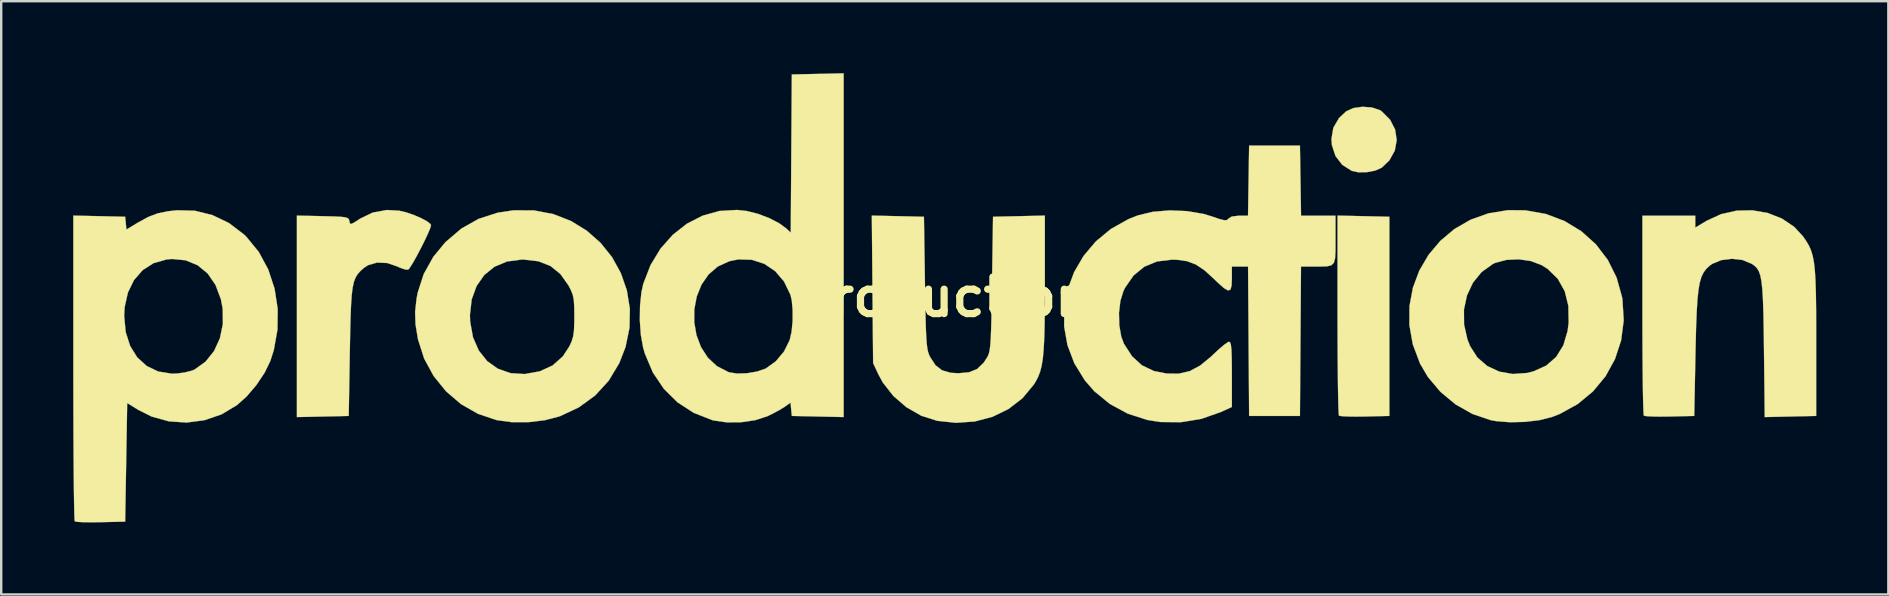
<source format=kicad_pcb>
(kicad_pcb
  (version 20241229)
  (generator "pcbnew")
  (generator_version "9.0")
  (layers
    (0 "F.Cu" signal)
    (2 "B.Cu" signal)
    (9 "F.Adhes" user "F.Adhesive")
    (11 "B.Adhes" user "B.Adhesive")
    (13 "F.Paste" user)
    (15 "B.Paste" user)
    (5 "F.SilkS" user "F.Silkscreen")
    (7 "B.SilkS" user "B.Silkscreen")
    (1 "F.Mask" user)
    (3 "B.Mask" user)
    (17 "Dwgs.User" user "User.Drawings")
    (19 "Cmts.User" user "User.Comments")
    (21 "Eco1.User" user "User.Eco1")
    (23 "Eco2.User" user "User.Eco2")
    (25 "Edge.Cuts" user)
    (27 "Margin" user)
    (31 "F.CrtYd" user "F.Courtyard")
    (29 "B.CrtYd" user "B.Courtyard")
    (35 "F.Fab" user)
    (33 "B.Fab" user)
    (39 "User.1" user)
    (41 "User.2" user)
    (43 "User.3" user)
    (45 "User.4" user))
  (footprint "production"
    (layer "F.Cu")
    (at 36.242 9.323)
    (property "Reference" "production" (at 0 0 0) (layer "F.SilkS") (effects (font (size 1.524 1.524) (thickness 0.3))))
    (attr through_hole)
    (fp_poly (pts (xy 17.505 -3.368) (xy 18.584 -3.344) (xy 18.584 4.953) (xy 17.564 4.977) (xy 17.164 4.981) (xy 16.827 4.976) (xy 16.589 4.962) (xy 16.484 4.942) (xy 16.484 4.941) (xy 16.473 4.847) (xy 16.462 4.601) (xy 16.452 4.218) (xy 16.443 3.715) (xy 16.436 3.109) (xy 16.43 2.416) (xy 16.427 1.653) (xy 16.425 0.837) (xy 16.425 0.745) (xy 16.425 -3.392) (xy 17.505 -3.368)) (stroke (width 0.01) (type solid)) (fill yes) (layer "F.SilkS"))
    (fp_poly (pts (xy 17.851 -7.897) (xy 18.18 -7.79) (xy 18.261 -7.739) (xy 18.615 -7.385) (xy 18.825 -6.974) (xy 18.89 -6.536) (xy 18.811 -6.1) (xy 18.587 -5.696) (xy 18.273 -5.393) (xy 18.004 -5.27) (xy 17.65 -5.201) (xy 17.29 -5.196) (xy 17.018 -5.255) (xy 16.62 -5.509) (xy 16.34 -5.873) (xy 16.191 -6.327) (xy 16.171 -6.587) (xy 16.251 -7.052) (xy 16.489 -7.459) (xy 16.791 -7.739) (xy 17.088 -7.872) (xy 17.464 -7.925) (xy 17.851 -7.897)) (stroke (width 0.01) (type solid)) (fill yes) (layer "F.SilkS"))
    (fp_poly (pts (xy -22.671 -3.598) (xy -22.379 -3.529) (xy -22.061 -3.421) (xy -21.758 -3.291) (xy -21.511 -3.159) (xy -21.361 -3.044) (xy -21.336 -2.993) (xy -21.374 -2.859) (xy -21.474 -2.622) (xy -21.616 -2.32) (xy -21.783 -1.989) (xy -21.954 -1.668) (xy -22.109 -1.394) (xy -22.23 -1.205) (xy -22.292 -1.138) (xy -22.426 -1.15) (xy -22.639 -1.225) (xy -22.731 -1.269) (xy -23.158 -1.416) (xy -23.582 -1.435) (xy -23.959 -1.328) (xy -24.127 -1.218) (xy -24.269 -1.092) (xy -24.384 -0.966) (xy -24.476 -0.821) (xy -24.547 -0.639) (xy -24.601 -0.399) (xy -24.64 -0.085) (xy -24.668 0.324) (xy -24.689 0.847) (xy -24.705 1.501) (xy -24.72 2.286) (xy -24.765 4.953) (xy -26.924 5) (xy -26.924 -3.392) (xy -25.845 -3.368) (xy -25.4 -3.357) (xy -25.097 -3.343) (xy -24.907 -3.32) (xy -24.803 -3.285) (xy -24.755 -3.231) (xy -24.739 -3.163) (xy -24.717 -3.067) (xy -24.663 -3.044) (xy -24.542 -3.101) (xy -24.319 -3.246) (xy -24.299 -3.26) (xy -23.769 -3.517) (xy -23.18 -3.625) (xy -22.671 -3.598)) (stroke (width 0.01) (type solid)) (fill yes) (layer "F.SilkS"))
    (fp_poly (pts (xy -1.89 -3.368) (xy -0.804 -3.344) (xy -0.762 -0.593) (xy -0.75 0.17) (xy -0.738 0.782) (xy -0.725 1.264) (xy -0.709 1.634) (xy -0.69 1.912) (xy -0.666 2.118) (xy -0.636 2.27) (xy -0.598 2.388) (xy -0.551 2.491) (xy -0.55 2.492) (xy -0.325 2.839) (xy -0.049 3.053) (xy 0.314 3.157) (xy 0.635 3.175) (xy 1.079 3.134) (xy 1.414 2.997) (xy 1.682 2.74) (xy 1.82 2.531) (xy 1.867 2.443) (xy 1.905 2.339) (xy 1.935 2.201) (xy 1.959 2.011) (xy 1.978 1.749) (xy 1.993 1.396) (xy 2.006 0.934) (xy 2.018 0.344) (xy 2.03 -0.393) (xy 2.032 -0.55) (xy 2.074 -3.344) (xy 3.154 -3.368) (xy 4.233 -3.392) (xy 4.233 -0.528) (xy 4.231 0.35) (xy 4.224 1.078) (xy 4.21 1.674) (xy 4.185 2.156) (xy 4.15 2.544) (xy 4.101 2.856) (xy 4.036 3.11) (xy 3.953 3.326) (xy 3.851 3.521) (xy 3.768 3.654) (xy 3.299 4.216) (xy 2.72 4.664) (xy 2.052 4.989) (xy 1.315 5.184) (xy 0.53 5.24) (xy -0.254 5.156) (xy -0.913 4.946) (xy -1.533 4.592) (xy -2.078 4.122) (xy -2.516 3.562) (xy -2.694 3.236) (xy -2.921 2.752) (xy -2.948 -0.32) (xy -2.975 -3.392) (xy -1.89 -3.368)) (stroke (width 0.01) (type solid)) (fill yes) (layer "F.SilkS"))
    (fp_poly (pts (xy 34.344 -3.501) (xy 34.934 -3.27) (xy 35.447 -2.925) (xy 35.813 -2.528) (xy 35.947 -2.335) (xy 36.058 -2.148) (xy 36.147 -1.949) (xy 36.217 -1.72) (xy 36.271 -1.443) (xy 36.309 -1.1) (xy 36.335 -0.672) (xy 36.352 -0.14) (xy 36.361 0.513) (xy 36.364 1.306) (xy 36.364 1.863) (xy 36.364 4.953) (xy 35.293 4.977) (xy 34.221 5) (xy 34.189 2.183) (xy 34.178 1.348) (xy 34.165 0.665) (xy 34.147 0.117) (xy 34.121 -0.313) (xy 34.086 -0.643) (xy 34.039 -0.889) (xy 33.977 -1.07) (xy 33.897 -1.201) (xy 33.799 -1.3) (xy 33.683 -1.382) (xy 33.297 -1.542) (xy 32.854 -1.593) (xy 32.413 -1.538) (xy 32.03 -1.38) (xy 31.921 -1.301) (xy 31.785 -1.172) (xy 31.674 -1.024) (xy 31.584 -0.84) (xy 31.514 -0.6) (xy 31.459 -0.288) (xy 31.417 0.116) (xy 31.386 0.628) (xy 31.361 1.267) (xy 31.342 2.051) (xy 31.335 2.371) (xy 31.284 4.953) (xy 30.264 4.977) (xy 29.864 4.981) (xy 29.527 4.976) (xy 29.289 4.962) (xy 29.184 4.942) (xy 29.184 4.941) (xy 29.173 4.847) (xy 29.162 4.601) (xy 29.152 4.218) (xy 29.143 3.715) (xy 29.136 3.109) (xy 29.13 2.417) (xy 29.127 1.654) (xy 29.125 0.837) (xy 29.125 0.748) (xy 29.125 -3.387) (xy 31.327 -3.387) (xy 31.327 -2.891) (xy 31.802 -3.177) (xy 32.406 -3.454) (xy 33.051 -3.598) (xy 33.707 -3.612) (xy 34.344 -3.501)) (stroke (width 0.01) (type solid)) (fill yes) (layer "F.SilkS"))
    (fp_poly (pts (xy 24.25 -3.612) (xy 25.099 -3.461) (xy 25.882 -3.165) (xy 26.584 -2.738) (xy 27.189 -2.194) (xy 27.683 -1.547) (xy 28.05 -0.81) (xy 28.277 0.002) (xy 28.295 0.113) (xy 28.346 0.977) (xy 28.238 1.808) (xy 27.982 2.588) (xy 27.588 3.302) (xy 27.066 3.932) (xy 26.426 4.461) (xy 25.678 4.873) (xy 25.351 5) (xy 24.841 5.128) (xy 24.239 5.201) (xy 23.613 5.216) (xy 23.031 5.17) (xy 22.798 5.127) (xy 22.046 4.872) (xy 21.341 4.472) (xy 20.712 3.95) (xy 20.188 3.329) (xy 19.86 2.769) (xy 19.559 1.967) (xy 19.417 1.164) (xy 19.421 0.524) (xy 21.691 0.524) (xy 21.696 1.144) (xy 21.837 1.769) (xy 21.949 2.049) (xy 22.251 2.519) (xy 22.663 2.875) (xy 23.16 3.107) (xy 23.72 3.206) (xy 24.318 3.164) (xy 24.586 3.097) (xy 25.117 2.858) (xy 25.533 2.495) (xy 25.831 2.013) (xy 26.009 1.415) (xy 26.053 1.063) (xy 26.04 0.365) (xy 25.889 -0.243) (xy 25.603 -0.755) (xy 25.185 -1.165) (xy 24.934 -1.326) (xy 24.486 -1.497) (xy 23.97 -1.571) (xy 23.45 -1.546) (xy 22.989 -1.421) (xy 22.897 -1.378) (xy 22.426 -1.041) (xy 22.064 -0.595) (xy 21.816 -0.064) (xy 21.691 0.524) (xy 19.421 0.524) (xy 19.422 0.375) (xy 19.564 -0.385) (xy 19.832 -1.101) (xy 20.217 -1.758) (xy 20.707 -2.339) (xy 21.293 -2.832) (xy 21.964 -3.219) (xy 22.709 -3.486) (xy 23.518 -3.618) (xy 24.25 -3.612)) (stroke (width 0.01) (type solid)) (fill yes) (layer "F.SilkS"))
    (fp_poly (pts (xy -17.046 -3.608) (xy -16.245 -3.455) (xy -15.51 -3.169) (xy -14.851 -2.765) (xy -14.277 -2.259) (xy -13.8 -1.666) (xy -13.431 -1) (xy -13.179 -0.278) (xy -13.055 0.487) (xy -13.069 1.278) (xy -13.233 2.08) (xy -13.494 2.752) (xy -13.933 3.482) (xy -14.496 4.098) (xy -15.178 4.595) (xy -15.97 4.967) (xy -16.583 5.129) (xy -17.275 5.213) (xy -17.974 5.213) (xy -18.604 5.127) (xy -19.381 4.866) (xy -20.089 4.461) (xy -20.709 3.931) (xy -21.226 3.294) (xy -21.622 2.568) (xy -21.878 1.77) (xy -21.885 1.736) (xy -21.983 1.139) (xy -21.996 0.743) (xy -19.716 0.743) (xy -19.708 1.018) (xy -19.59 1.674) (xy -19.349 2.228) (xy -18.998 2.669) (xy -18.554 2.986) (xy -18.029 3.17) (xy -17.439 3.209) (xy -16.801 3.093) (xy -16.275 2.852) (xy -15.85 2.476) (xy -15.578 2.064) (xy -15.477 1.845) (xy -15.414 1.633) (xy -15.381 1.377) (xy -15.368 1.027) (xy -15.367 0.804) (xy -15.371 0.402) (xy -15.39 0.119) (xy -15.433 -0.095) (xy -15.511 -0.291) (xy -15.613 -0.487) (xy -15.95 -0.961) (xy -16.363 -1.293) (xy -16.866 -1.49) (xy -17.474 -1.56) (xy -17.568 -1.561) (xy -18.173 -1.48) (xy -18.695 -1.261) (xy -19.121 -0.915) (xy -19.44 -0.457) (xy -19.643 0.1) (xy -19.716 0.743) (xy -21.996 0.743) (xy -22 0.607) (xy -21.937 0.053) (xy -21.889 -0.192) (xy -21.642 -0.956) (xy -21.242 -1.674) (xy -20.736 -2.287) (xy -20.076 -2.85) (xy -19.354 -3.257) (xy -18.558 -3.514) (xy -17.9 -3.612) (xy -17.046 -3.608)) (stroke (width 0.01) (type solid)) (fill yes) (layer "F.SilkS"))
    (fp_poly (pts (xy -4.149 5) (xy -6.308 4.953) (xy -6.361 4.399) (xy -6.605 4.573) (xy -6.819 4.705) (xy -7.113 4.862) (xy -7.327 4.966) (xy -7.829 5.129) (xy -8.416 5.216) (xy -9.019 5.221) (xy -9.568 5.141) (xy -9.63 5.124) (xy -10.395 4.824) (xy -11.068 4.388) (xy -11.637 3.825) (xy -12.094 3.147) (xy -12.426 2.365) (xy -12.501 2.107) (xy -12.596 1.586) (xy -12.634 1.05) (xy -10.372 1.05) (xy -10.28 1.584) (xy -10.092 2.084) (xy -9.808 2.524) (xy -9.428 2.879) (xy -8.952 3.124) (xy -8.91 3.138) (xy -8.581 3.189) (xy -8.172 3.175) (xy -7.756 3.104) (xy -7.407 2.984) (xy -7.389 2.975) (xy -6.977 2.68) (xy -6.631 2.267) (xy -6.395 1.789) (xy -6.316 1.44) (xy -6.275 1.005) (xy -6.273 0.551) (xy -6.309 0.144) (xy -6.364 -0.093) (xy -6.631 -0.644) (xy -7.001 -1.078) (xy -7.456 -1.384) (xy -7.973 -1.551) (xy -8.532 -1.568) (xy -8.907 -1.493) (xy -9.391 -1.272) (xy -9.779 -0.937) (xy -10.071 -0.513) (xy -10.268 -0.023) (xy -10.368 0.506) (xy -10.372 1.05) (xy -12.634 1.05) (xy -12.639 0.985) (xy -12.631 0.369) (xy -12.573 -0.198) (xy -12.495 -0.55) (xy -12.193 -1.329) (xy -11.778 -2.014) (xy -11.266 -2.593) (xy -10.676 -3.056) (xy -10.021 -3.39) (xy -9.32 -3.585) (xy -8.589 -3.627) (xy -8.18 -3.582) (xy -7.719 -3.467) (xy -7.249 -3.287) (xy -6.831 -3.071) (xy -6.542 -2.859) (xy -6.352 -2.682) (xy -6.33 -5.976) (xy -6.308 -9.271) (xy -4.149 -9.318) (xy -4.149 5)) (stroke (width 0.01) (type solid)) (fill yes) (layer "F.SilkS"))
    (fp_poly (pts (xy -31.172 -3.594) (xy -30.443 -3.413) (xy -29.756 -3.083) (xy -29.134 -2.611) (xy -29.029 -2.51) (xy -28.511 -1.876) (xy -28.118 -1.147) (xy -27.854 -0.349) (xy -27.724 0.494) (xy -27.733 1.355) (xy -27.886 2.211) (xy -28.031 2.665) (xy -28.271 3.157) (xy -28.614 3.669) (xy -29.016 4.14) (xy -29.415 4.499) (xy -30.065 4.888) (xy -30.774 5.131) (xy -31.514 5.229) (xy -32.258 5.178) (xy -32.977 4.979) (xy -33.528 4.703) (xy -33.994 4.416) (xy -34.036 6.886) (xy -34.078 9.356) (xy -35.099 9.379) (xy -35.499 9.384) (xy -35.836 9.379) (xy -36.074 9.365) (xy -36.178 9.344) (xy -36.178 9.344) (xy -36.188 9.252) (xy -36.197 9.004) (xy -36.205 8.613) (xy -36.213 8.092) (xy -36.22 7.455) (xy -36.226 6.715) (xy -36.231 5.886) (xy -36.234 4.98) (xy -36.236 4.01) (xy -36.237 2.991) (xy -36.237 2.947) (xy -36.237 0.788) (xy -34.12 0.788) (xy -34.056 1.46) (xy -33.871 2.039) (xy -33.575 2.515) (xy -33.181 2.873) (xy -32.699 3.103) (xy -32.141 3.192) (xy -31.912 3.186) (xy -31.594 3.142) (xy -31.306 3.069) (xy -31.187 3.021) (xy -30.731 2.694) (xy -30.375 2.25) (xy -30.131 1.717) (xy -30.008 1.121) (xy -30.016 0.489) (xy -30.089 0.096) (xy -30.314 -0.503) (xy -30.641 -0.98) (xy -31.06 -1.325) (xy -31.559 -1.53) (xy -32.123 -1.585) (xy -32.358 -1.564) (xy -32.895 -1.411) (xy -33.35 -1.12) (xy -33.71 -0.706) (xy -33.964 -0.186) (xy -34.1 0.424) (xy -34.12 0.788) (xy -36.237 0.788) (xy -36.237 -3.392) (xy -35.158 -3.368) (xy -34.078 -3.344) (xy -34.052 -3.078) (xy -34.027 -2.812) (xy -33.548 -3.1) (xy -33.122 -3.333) (xy -32.732 -3.482) (xy -32.301 -3.572) (xy -31.918 -3.614) (xy -31.172 -3.594)) (stroke (width 0.01) (type solid)) (fill yes) (layer "F.SilkS"))
    (fp_poly (pts (xy 14.882 -4.847) (xy 14.905 -3.387) (xy 16.341 -3.387) (xy 16.341 -2.38) (xy 16.34 -1.929) (xy 16.324 -1.62) (xy 16.273 -1.426) (xy 16.165 -1.321) (xy 15.98 -1.278) (xy 15.697 -1.27) (xy 15.488 -1.27) (xy 14.903 -1.27) (xy 14.881 1.841) (xy 14.859 4.953) (xy 12.742 4.953) (xy 12.698 -1.27) (xy 12.023 -1.27) (xy 12.023 -0.762) (xy 12.011 -0.469) (xy 11.963 -0.306) (xy 11.863 -0.274) (xy 11.694 -0.371) (xy 11.44 -0.596) (xy 11.289 -0.744) (xy 10.886 -1.111) (xy 10.526 -1.353) (xy 10.16 -1.493) (xy 9.744 -1.551) (xy 9.525 -1.557) (xy 8.907 -1.482) (xy 8.374 -1.262) (xy 7.929 -0.897) (xy 7.576 -0.391) (xy 7.508 -0.254) (xy 7.379 0.161) (xy 7.321 0.658) (xy 7.333 1.175) (xy 7.415 1.649) (xy 7.527 1.947) (xy 7.866 2.47) (xy 8.275 2.844) (xy 8.772 3.081) (xy 9.3 3.187) (xy 9.809 3.193) (xy 10.264 3.088) (xy 10.7 2.856) (xy 11.154 2.484) (xy 11.238 2.403) (xy 11.494 2.164) (xy 11.715 1.979) (xy 11.868 1.875) (xy 11.906 1.863) (xy 11.951 1.893) (xy 11.983 1.996) (xy 12.005 2.195) (xy 12.017 2.511) (xy 12.022 2.966) (xy 12.023 3.222) (xy 12.023 4.581) (xy 11.564 4.791) (xy 10.753 5.075) (xy 9.896 5.215) (xy 9.035 5.206) (xy 8.509 5.123) (xy 7.687 4.859) (xy 6.941 4.455) (xy 6.293 3.924) (xy 5.899 3.473) (xy 5.46 2.759) (xy 5.175 2.006) (xy 5.037 1.232) (xy 5.041 0.455) (xy 5.181 -0.307) (xy 5.451 -1.035) (xy 5.844 -1.71) (xy 6.356 -2.316) (xy 6.98 -2.833) (xy 7.711 -3.243) (xy 8.112 -3.402) (xy 8.73 -3.55) (xy 9.432 -3.609) (xy 10.154 -3.579) (xy 10.838 -3.463) (xy 11.174 -3.363) (xy 11.497 -3.252) (xy 11.698 -3.201) (xy 11.811 -3.203) (xy 11.872 -3.254) (xy 11.876 -3.262) (xy 12.02 -3.353) (xy 12.307 -3.387) (xy 12.321 -3.387) (xy 12.696 -3.387) (xy 12.742 -6.308) (xy 14.859 -6.308) (xy 14.882 -4.847)) (stroke (width 0.01) (type solid)) (fill yes) (layer "F.SilkS")))
  (gr_rect
    (start -3 -3)
    (end 75.612 21.712)
    (stroke (width 0.1) (type default))
    (fill no)
    (layer "Edge.Cuts")))
</source>
